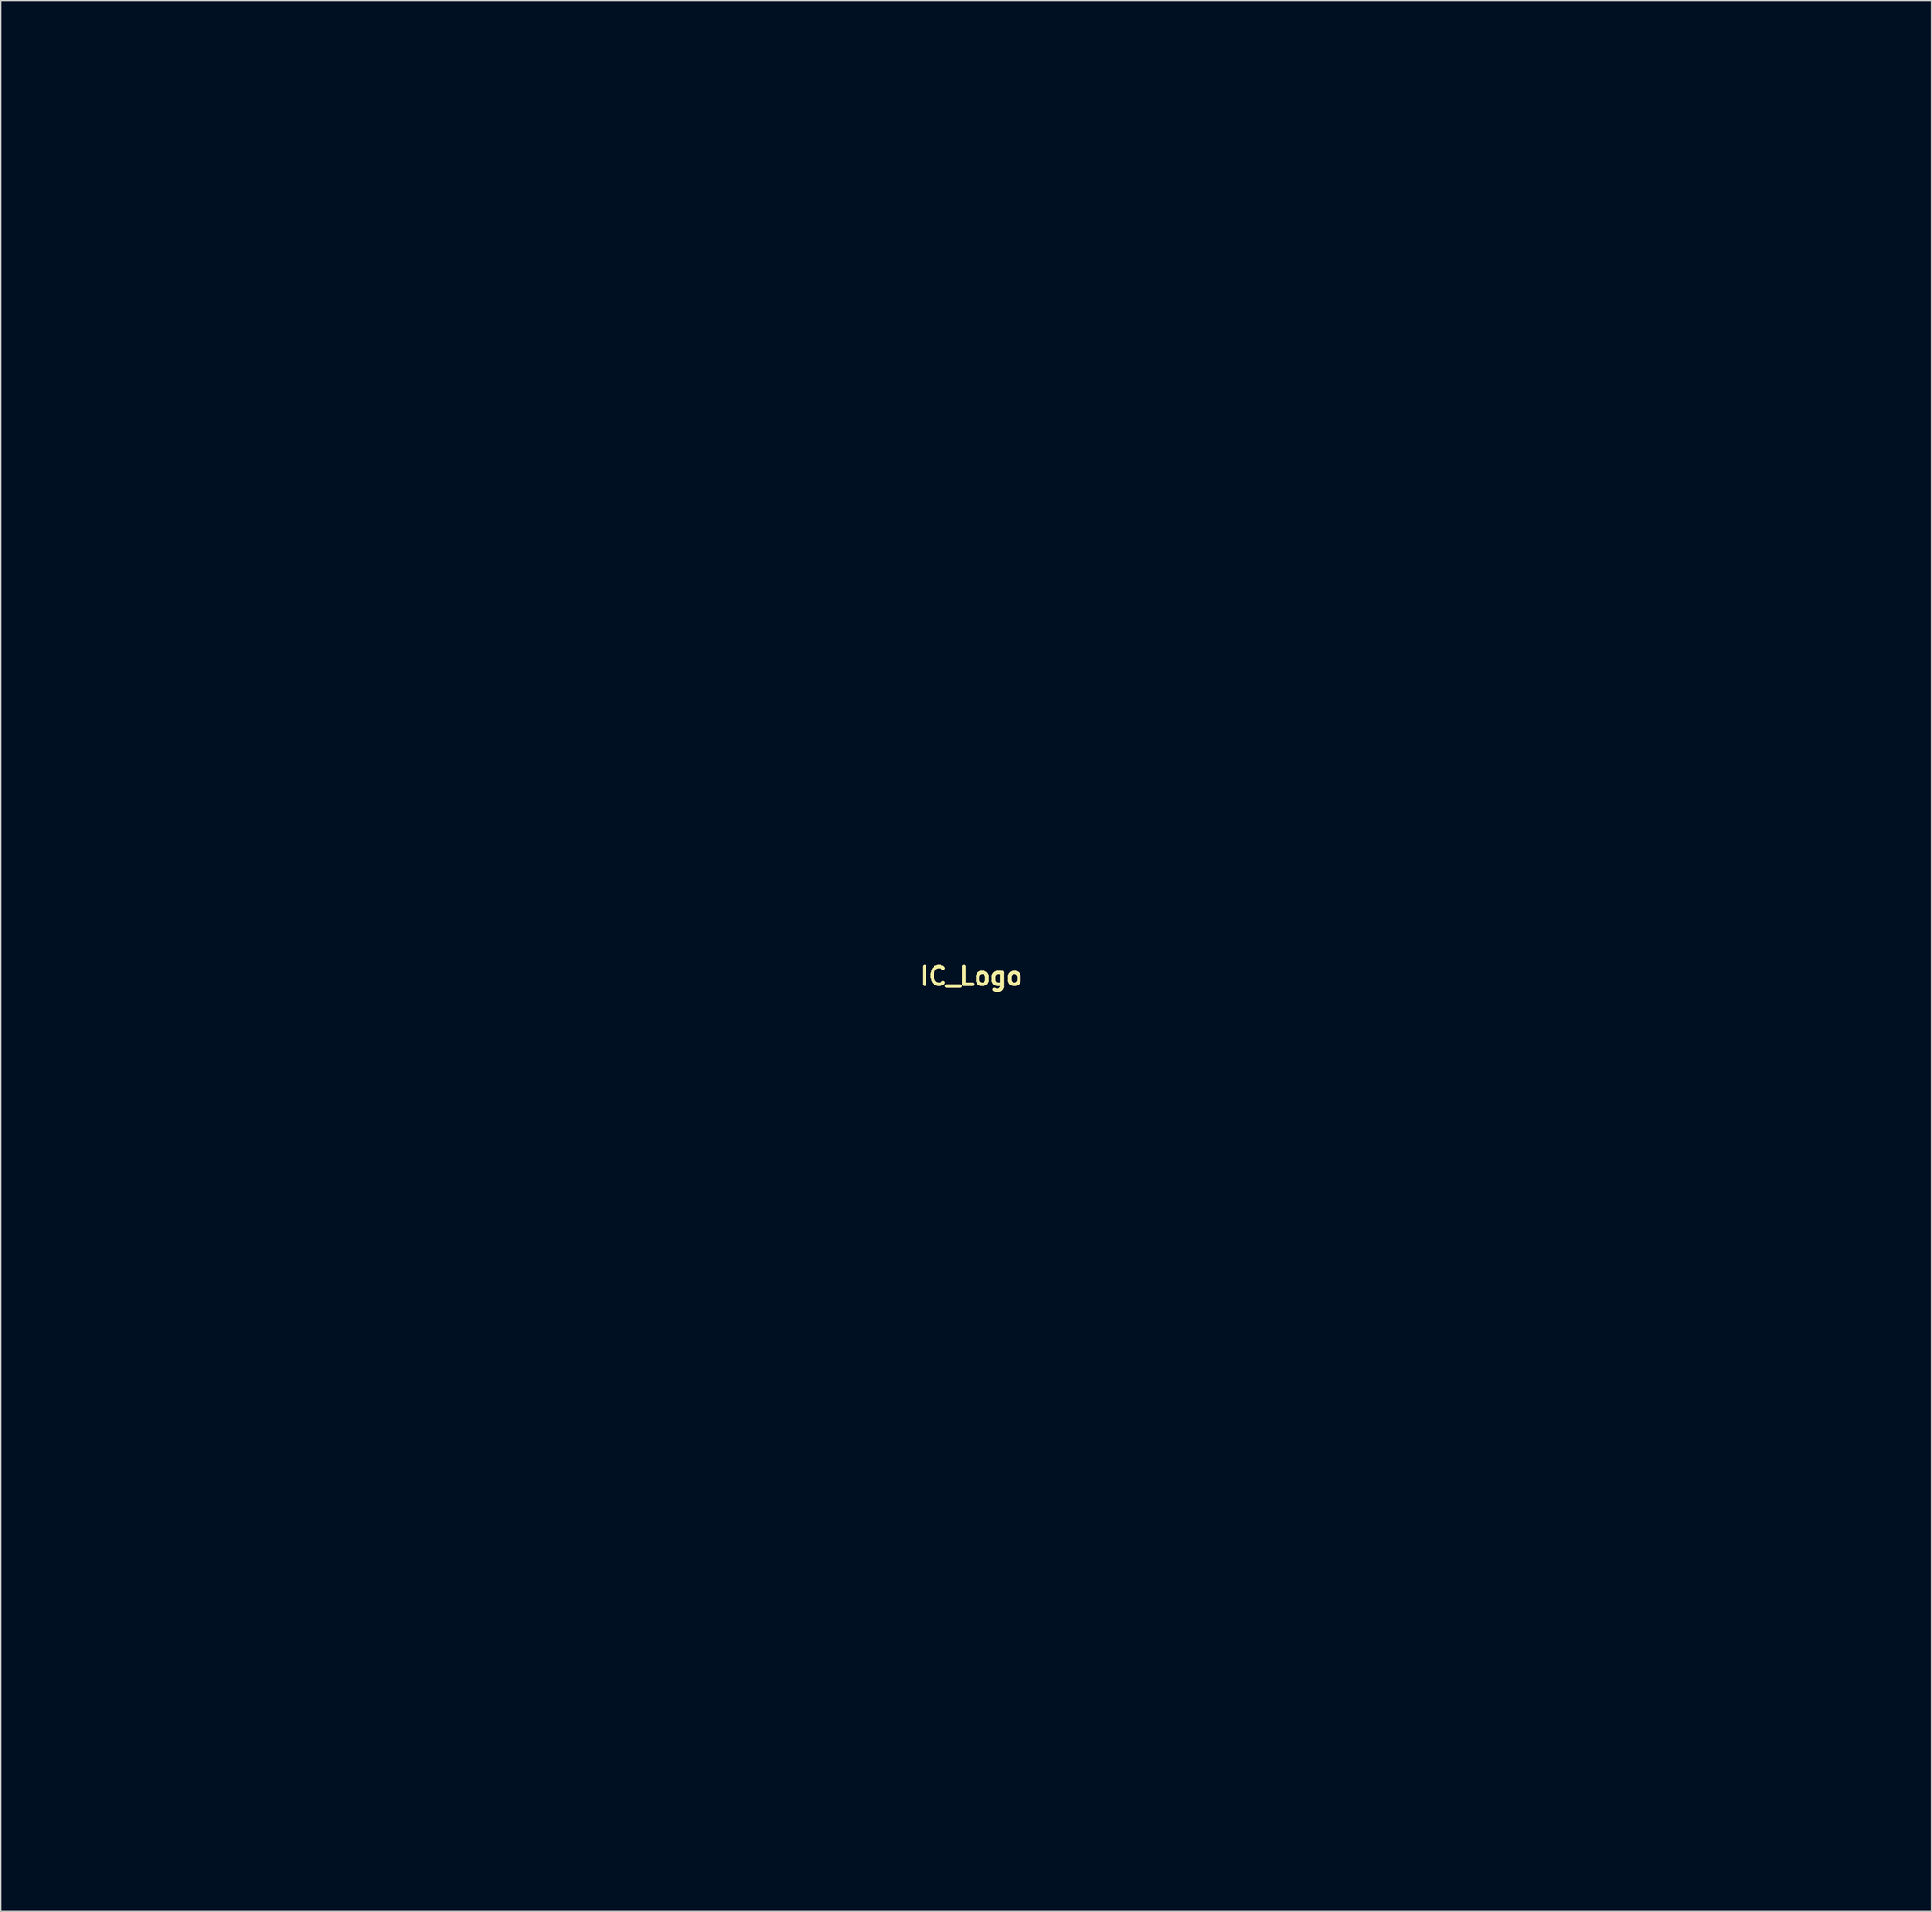
<source format=kicad_pcb>
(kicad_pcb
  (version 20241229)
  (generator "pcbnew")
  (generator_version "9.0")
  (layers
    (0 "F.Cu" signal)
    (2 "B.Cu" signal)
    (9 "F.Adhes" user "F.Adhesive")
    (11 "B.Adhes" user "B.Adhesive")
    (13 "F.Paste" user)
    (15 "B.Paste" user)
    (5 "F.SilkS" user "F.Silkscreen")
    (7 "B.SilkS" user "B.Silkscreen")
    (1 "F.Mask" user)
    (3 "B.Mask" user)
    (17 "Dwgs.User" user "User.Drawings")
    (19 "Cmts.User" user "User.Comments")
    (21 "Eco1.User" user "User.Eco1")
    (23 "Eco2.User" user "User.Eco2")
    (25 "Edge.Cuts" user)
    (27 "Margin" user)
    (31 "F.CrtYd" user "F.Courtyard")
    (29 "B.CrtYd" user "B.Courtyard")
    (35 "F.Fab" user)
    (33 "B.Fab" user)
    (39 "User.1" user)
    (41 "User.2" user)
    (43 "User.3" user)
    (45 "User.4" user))
  (footprint "IC_Logo"
    (layer "F.Cu")
    (at 80.657 81.116)
    (property "Reference" "IC_Logo" (at 0 0 0) (layer "F.SilkS") (effects (font (size 1.524 1.524) (thickness 0.3))))
    (attr through_hole)
    (fp_poly (pts (xy -45.889 59.368) (xy -46.465 59.944) (xy -48.785 59.944) (xy -49.073 59.656) (xy -49.361 59.368) (xy -49.361 57.404) (xy -48.662 57.398) (xy -48.283 57.387) (xy -47.804 57.36) (xy -47.294 57.322) (xy -46.926 57.288) (xy -45.889 57.184) (xy -45.889 59.368)) (stroke (width 0.01) (type solid)) (fill no) (layer "Eco2.User"))
    (fp_poly (pts (xy -25.011 56.761) (xy -24.723 57.048) (xy -24.723 59.368) (xy -25.011 59.656) (xy -25.298 59.944) (xy -27.618 59.944) (xy -27.906 59.656) (xy -28.194 59.368) (xy -28.194 57.048) (xy -27.906 56.761) (xy -27.618 56.473) (xy -25.298 56.473) (xy -25.011 56.761)) (stroke (width 0.01) (type solid)) (fill no) (layer "Eco2.User"))
    (fp_poly (pts (xy 57.308 59.605) (xy 57.657 59.633) (xy 58.02 59.671) (xy 58.357 59.716) (xy 58.63 59.765) (xy 58.653 59.77) (xy 58.899 59.833) (xy 59.06 59.886) (xy 59.097 59.909) (xy 59.018 59.923) (xy 58.805 59.934) (xy 58.491 59.941) (xy 58.187 59.942) (xy 57.693 59.931) (xy 57.337 59.899) (xy 57.089 59.841) (xy 57.002 59.804) (xy 56.821 59.702) (xy 56.729 59.625) (xy 56.727 59.616) (xy 56.804 59.594) (xy 57.011 59.591) (xy 57.308 59.605)) (stroke (width 0.01) (type solid)) (fill no) (layer "Eco2.User"))
    (fp_poly (pts (xy -22.802 59.959) (xy -21.66 59.986) (xy -21.167 60.539) (xy -21.167 62.905) (xy -21.414 63.181) (xy -21.66 63.458) (xy -22.832 63.479) (xy -23.34 63.484) (xy -23.709 63.476) (xy -23.967 63.452) (xy -24.143 63.411) (xy -24.235 63.371) (xy -24.425 63.237) (xy -24.56 63.06) (xy -24.649 62.814) (xy -24.699 62.468) (xy -24.721 61.996) (xy -24.723 61.722) (xy -24.712 61.14) (xy -24.665 60.698) (xy -24.563 60.379) (xy -24.384 60.163) (xy -24.11 60.032) (xy -23.72 59.968) (xy -23.194 59.953) (xy -22.802 59.959)) (stroke (width 0.01) (type solid)) (fill no) (layer "Eco2.User"))
    (fp_poly (pts (xy -1.636 59.959) (xy -0.494 59.986) (xy 0 60.539) (xy 0 62.905) (xy -0.247 63.181) (xy -0.494 63.458) (xy -1.665 63.479) (xy -2.173 63.484) (xy -2.542 63.476) (xy -2.8 63.452) (xy -2.977 63.411) (xy -3.068 63.371) (xy -3.258 63.237) (xy -3.393 63.06) (xy -3.482 62.814) (xy -3.533 62.468) (xy -3.554 61.996) (xy -3.556 61.722) (xy -3.545 61.14) (xy -3.498 60.698) (xy -3.396 60.379) (xy -3.218 60.163) (xy -2.944 60.032) (xy -2.554 59.968) (xy -2.028 59.953) (xy -1.636 59.959)) (stroke (width 0.01) (type solid)) (fill no) (layer "Eco2.User"))
    (fp_poly (pts (xy -60.029 58.904) (xy -60.047 59.204) (xy -60.119 59.417) (xy -60.273 59.623) (xy -60.276 59.625) (xy -60.522 59.902) (xy -61.651 59.923) (xy -62.151 59.928) (xy -62.511 59.919) (xy -62.763 59.894) (xy -62.936 59.85) (xy -63.013 59.814) (xy -63.175 59.706) (xy -63.246 59.623) (xy -63.246 59.621) (xy -63.204 59.522) (xy -63.095 59.324) (xy -62.946 59.078) (xy -62.823 58.887) (xy -62.709 58.745) (xy -62.577 58.645) (xy -62.4 58.578) (xy -62.152 58.535) (xy -61.804 58.51) (xy -61.33 58.493) (xy -60.981 58.484) (xy -60.029 58.46) (xy -60.029 58.904)) (stroke (width 0.01) (type solid)) (fill no) (layer "Eco2.User"))
    (fp_poly (pts (xy 49.805 58.612) (xy 50.247 58.668) (xy 50.788 58.739) (xy 51.359 58.816) (xy 51.891 58.891) (xy 52.261 58.944) (xy 52.565 58.995) (xy 52.738 59.046) (xy 52.815 59.114) (xy 52.832 59.216) (xy 52.759 59.444) (xy 52.573 59.671) (xy 52.32 59.843) (xy 52.268 59.865) (xy 52.087 59.899) (xy 51.784 59.922) (xy 51.404 59.935) (xy 50.994 59.936) (xy 50.599 59.927) (xy 50.264 59.906) (xy 50.036 59.876) (xy 49.986 59.861) (xy 49.707 59.662) (xy 49.518 59.35) (xy 49.445 58.966) (xy 49.445 58.948) (xy 49.445 58.567) (xy 49.805 58.612)) (stroke (width 0.01) (type solid)) (fill no) (layer "Eco2.User"))
    (fp_poly (pts (xy -52.917 58.467) (xy -52.934 58.959) (xy -52.999 59.33) (xy -53.132 59.596) (xy -53.353 59.774) (xy -53.682 59.88) (xy -54.14 59.931) (xy -54.714 59.944) (xy -55.181 59.94) (xy -55.512 59.924) (xy -55.738 59.893) (xy -55.892 59.843) (xy -55.967 59.8) (xy -56.169 59.64) (xy -56.294 59.472) (xy -56.359 59.247) (xy -56.383 58.921) (xy -56.385 58.739) (xy -56.383 58.408) (xy -56.366 58.208) (xy -56.325 58.104) (xy -56.249 58.056) (xy -56.197 58.043) (xy -55.965 58.003) (xy -55.608 57.954) (xy -55.17 57.902) (xy -54.694 57.85) (xy -54.227 57.804) (xy -53.81 57.768) (xy -53.488 57.747) (xy -53.358 57.743) (xy -52.917 57.743) (xy -52.917 58.467)) (stroke (width 0.01) (type solid)) (fill no) (layer "Eco2.User"))
    (fp_poly (pts (xy -7.86 59.987) (xy -7.518 60.075) (xy -7.285 60.237) (xy -7.139 60.492) (xy -7.061 60.858) (xy -7.031 61.353) (xy -7.027 61.722) (xy -7.039 62.313) (xy -7.088 62.757) (xy -7.195 63.075) (xy -7.381 63.287) (xy -7.667 63.414) (xy -8.073 63.477) (xy -8.62 63.495) (xy -8.822 63.495) (xy -9.241 63.487) (xy -9.611 63.47) (xy -9.891 63.445) (xy -10.042 63.417) (xy -10.22 63.3) (xy -10.399 63.119) (xy -10.402 63.115) (xy -10.475 63.008) (xy -10.525 62.886) (xy -10.557 62.715) (xy -10.575 62.463) (xy -10.582 62.1) (xy -10.583 61.712) (xy -10.583 60.539) (xy -10.09 59.986) (xy -8.948 59.959) (xy -8.33 59.954) (xy -7.86 59.987)) (stroke (width 0.01) (type solid)) (fill no) (layer "Eco2.User"))
    (fp_poly (pts (xy -18.875 56.481) (xy -18.429 56.518) (xy -18.108 56.604) (xy -17.891 56.756) (xy -17.755 56.994) (xy -17.678 57.336) (xy -17.638 57.801) (xy -17.627 58.049) (xy -17.616 58.662) (xy -17.65 59.127) (xy -17.748 59.465) (xy -17.93 59.696) (xy -18.214 59.839) (xy -18.62 59.914) (xy -19.167 59.942) (xy -19.451 59.944) (xy -19.905 59.943) (xy -20.224 59.936) (xy -20.441 59.917) (xy -20.588 59.88) (xy -20.701 59.82) (xy -20.811 59.729) (xy -20.848 59.697) (xy -21.124 59.45) (xy -21.124 56.967) (xy -20.848 56.72) (xy -20.73 56.619) (xy -20.621 56.55) (xy -20.485 56.507) (xy -20.29 56.484) (xy -20.001 56.475) (xy -19.584 56.473) (xy -19.468 56.473) (xy -18.875 56.481)) (stroke (width 0.01) (type solid)) (fill no) (layer "Eco2.User"))
    (fp_poly (pts (xy -14.435 60.224) (xy -14.265 60.434) (xy -14.15 60.687) (xy -14.082 61.012) (xy -14.057 61.441) (xy -14.067 62.003) (xy -14.071 62.084) (xy -14.106 62.561) (xy -14.178 62.918) (xy -14.307 63.172) (xy -14.516 63.34) (xy -14.826 63.439) (xy -15.26 63.486) (xy -15.838 63.498) (xy -15.888 63.498) (xy -16.378 63.492) (xy -16.73 63.474) (xy -16.973 63.441) (xy -17.137 63.39) (xy -17.195 63.359) (xy -17.393 63.208) (xy -17.527 63.022) (xy -17.611 62.763) (xy -17.66 62.395) (xy -17.679 62.084) (xy -17.694 61.504) (xy -17.673 61.06) (xy -17.611 60.723) (xy -17.502 60.463) (xy -17.34 60.249) (xy -17.315 60.224) (xy -17.035 59.944) (xy -14.715 59.944) (xy -14.435 60.224)) (stroke (width 0.01) (type solid)) (fill no) (layer "Eco2.User"))
    (fp_poly (pts (xy 6.732 60.224) (xy 6.901 60.434) (xy 7.017 60.687) (xy 7.084 61.012) (xy 7.11 61.441) (xy 7.1 62.003) (xy 7.096 62.084) (xy 7.06 62.561) (xy 6.989 62.918) (xy 6.86 63.172) (xy 6.651 63.34) (xy 6.34 63.439) (xy 5.907 63.486) (xy 5.328 63.498) (xy 5.279 63.498) (xy 4.788 63.492) (xy 4.437 63.474) (xy 4.194 63.441) (xy 4.03 63.39) (xy 3.971 63.359) (xy 3.774 63.208) (xy 3.64 63.022) (xy 3.555 62.763) (xy 3.506 62.395) (xy 3.487 62.084) (xy 3.473 61.504) (xy 3.494 61.06) (xy 3.556 60.723) (xy 3.665 60.463) (xy 3.827 60.249) (xy 3.851 60.224) (xy 4.132 59.944) (xy 6.452 59.944) (xy 6.732 60.224)) (stroke (width 0.01) (type solid)) (fill no) (layer "Eco2.User"))
    (fp_poly (pts (xy 55.239 59.968) (xy 55.679 60.023) (xy 55.996 60.141) (xy 56.209 60.341) (xy 56.342 60.642) (xy 56.417 61.066) (xy 56.453 61.616) (xy 56.463 62.228) (xy 56.423 62.692) (xy 56.314 63.03) (xy 56.118 63.259) (xy 55.816 63.401) (xy 55.389 63.473) (xy 54.818 63.496) (xy 54.64 63.497) (xy 54.127 63.487) (xy 53.759 63.459) (xy 53.512 63.411) (xy 53.405 63.367) (xy 53.213 63.234) (xy 53.077 63.055) (xy 52.988 62.802) (xy 52.938 62.449) (xy 52.918 61.965) (xy 52.917 61.747) (xy 52.931 61.151) (xy 52.985 60.702) (xy 53.1 60.381) (xy 53.295 60.166) (xy 53.591 60.036) (xy 54.006 59.973) (xy 54.562 59.954) (xy 54.652 59.954) (xy 55.239 59.968)) (stroke (width 0.01) (type solid)) (fill no) (layer "Eco2.User"))
    (fp_poly (pts (xy -11.824 56.474) (xy -11.511 56.481) (xy -11.299 56.501) (xy -11.153 56.54) (xy -11.041 56.603) (xy -10.927 56.697) (xy -10.902 56.72) (xy -10.626 56.967) (xy -10.626 59.45) (xy -10.902 59.697) (xy -11.179 59.944) (xy -12.354 59.944) (xy -12.821 59.943) (xy -13.151 59.937) (xy -13.375 59.92) (xy -13.526 59.886) (xy -13.636 59.832) (xy -13.736 59.75) (xy -13.785 59.704) (xy -13.941 59.526) (xy -14.048 59.31) (xy -14.111 59.028) (xy -14.136 58.647) (xy -14.129 58.139) (xy -14.122 57.954) (xy -14.084 57.441) (xy -14.017 57.069) (xy -13.91 56.813) (xy -13.753 56.644) (xy -13.579 56.554) (xy -13.415 56.523) (xy -13.122 56.497) (xy -12.74 56.48) (xy -12.31 56.473) (xy -12.272 56.473) (xy -11.824 56.474)) (stroke (width 0.01) (type solid)) (fill no) (layer "Eco2.User"))
    (fp_poly (pts (xy -4.715 56.481) (xy -4.277 56.52) (xy -3.966 56.611) (xy -3.76 56.775) (xy -3.638 57.034) (xy -3.577 57.408) (xy -3.557 57.919) (xy -3.556 58.2) (xy -3.565 58.785) (xy -3.605 59.222) (xy -3.698 59.533) (xy -3.865 59.74) (xy -4.128 59.862) (xy -4.508 59.922) (xy -5.026 59.941) (xy -5.305 59.942) (xy -5.791 59.936) (xy -6.138 59.919) (xy -6.38 59.887) (xy -6.545 59.837) (xy -6.619 59.799) (xy -6.778 59.678) (xy -6.89 59.523) (xy -6.964 59.305) (xy -7.006 58.996) (xy -7.025 58.566) (xy -7.027 58.208) (xy -7.019 57.625) (xy -6.979 57.189) (xy -6.887 56.879) (xy -6.721 56.674) (xy -6.46 56.553) (xy -6.083 56.493) (xy -5.567 56.474) (xy -5.3 56.473) (xy -4.715 56.481)) (stroke (width 0.01) (type solid)) (fill no) (layer "Eco2.User"))
    (fp_poly (pts (xy 2.122 56.479) (xy 2.509 56.496) (xy 2.811 56.52) (xy 2.988 56.551) (xy 2.996 56.554) (xy 3.196 56.662) (xy 3.34 56.83) (xy 3.439 57.084) (xy 3.501 57.45) (xy 3.537 57.954) (xy 3.54 58.038) (xy 3.551 58.653) (xy 3.517 59.12) (xy 3.42 59.46) (xy 3.241 59.692) (xy 2.96 59.836) (xy 2.559 59.913) (xy 2.018 59.941) (xy 1.716 59.944) (xy 1.261 59.943) (xy 0.943 59.936) (xy 0.726 59.917) (xy 0.578 59.88) (xy 0.466 59.82) (xy 0.355 59.729) (xy 0.319 59.697) (xy 0.042 59.45) (xy 0.042 56.967) (xy 0.319 56.72) (xy 0.437 56.619) (xy 0.547 56.55) (xy 0.683 56.507) (xy 0.88 56.484) (xy 1.17 56.475) (xy 1.59 56.473) (xy 1.689 56.473) (xy 2.122 56.479)) (stroke (width 0.01) (type solid)) (fill no) (layer "Eco2.User"))
    (fp_poly (pts (xy -50.581 59.958) (xy -50.127 60.012) (xy -49.801 60.128) (xy -49.581 60.323) (xy -49.448 60.619) (xy -49.382 61.035) (xy -49.361 61.59) (xy -49.361 61.716) (xy -49.373 62.309) (xy -49.426 62.754) (xy -49.538 63.073) (xy -49.731 63.287) (xy -50.025 63.415) (xy -50.441 63.479) (xy -51.001 63.499) (xy -51.156 63.5) (xy -51.615 63.496) (xy -51.942 63.481) (xy -52.171 63.451) (xy -52.338 63.401) (xy -52.467 63.335) (xy -52.673 63.179) (xy -52.818 63.018) (xy -52.827 63.002) (xy -52.862 62.854) (xy -52.89 62.575) (xy -52.909 62.203) (xy -52.917 61.776) (xy -52.917 61.766) (xy -52.905 61.165) (xy -52.858 60.712) (xy -52.756 60.387) (xy -52.578 60.168) (xy -52.306 60.035) (xy -51.92 59.968) (xy -51.399 59.945) (xy -51.182 59.944) (xy -50.581 59.958)) (stroke (width 0.01) (type solid)) (fill no) (layer "Eco2.User"))
    (fp_poly (pts (xy -32.565 56.528) (xy -32.223 56.611) (xy -31.991 56.773) (xy -31.849 57.034) (xy -31.778 57.411) (xy -31.758 57.924) (xy -31.765 58.351) (xy -31.792 59.45) (xy -32.069 59.697) (xy -32.185 59.797) (xy -32.294 59.866) (xy -32.428 59.908) (xy -32.621 59.932) (xy -32.907 59.942) (xy -33.319 59.944) (xy -33.466 59.944) (xy -33.942 59.94) (xy -34.283 59.927) (xy -34.523 59.901) (xy -34.694 59.858) (xy -34.832 59.793) (xy -34.853 59.781) (xy -35.041 59.632) (xy -35.172 59.434) (xy -35.251 59.162) (xy -35.285 58.789) (xy -35.279 58.289) (xy -35.263 57.992) (xy -35.23 57.498) (xy -35.182 57.137) (xy -35.095 56.885) (xy -34.945 56.722) (xy -34.707 56.624) (xy -34.357 56.57) (xy -33.872 56.537) (xy -33.656 56.526) (xy -33.037 56.506) (xy -32.565 56.528)) (stroke (width 0.01) (type solid)) (fill no) (layer "Eco2.User"))
    (fp_poly (pts (xy -29.386 59.956) (xy -28.944 60.008) (xy -28.626 60.118) (xy -28.412 60.308) (xy -28.282 60.598) (xy -28.217 61.009) (xy -28.195 61.562) (xy -28.194 61.766) (xy -28.206 62.343) (xy -28.257 62.776) (xy -28.368 63.086) (xy -28.558 63.294) (xy -28.849 63.417) (xy -29.261 63.478) (xy -29.815 63.495) (xy -29.989 63.495) (xy -30.408 63.487) (xy -30.778 63.47) (xy -31.058 63.445) (xy -31.209 63.417) (xy -31.386 63.3) (xy -31.566 63.119) (xy -31.569 63.115) (xy -31.642 63.007) (xy -31.693 62.884) (xy -31.725 62.711) (xy -31.742 62.457) (xy -31.749 62.09) (xy -31.75 61.729) (xy -31.74 61.136) (xy -31.697 60.691) (xy -31.6 60.372) (xy -31.427 60.16) (xy -31.158 60.032) (xy -30.772 59.967) (xy -30.248 59.945) (xy -29.972 59.944) (xy -29.386 59.956)) (stroke (width 0.01) (type solid)) (fill no) (layer "Eco2.User"))
    (fp_poly (pts (xy 9.335 56.474) (xy 9.65 56.481) (xy 9.864 56.501) (xy 10.01 56.538) (xy 10.123 56.601) (xy 10.235 56.694) (xy 10.264 56.72) (xy 10.541 56.967) (xy 10.541 59.45) (xy 10.264 59.697) (xy 10.148 59.797) (xy 10.039 59.865) (xy 9.905 59.908) (xy 9.712 59.932) (xy 9.427 59.942) (xy 9.015 59.944) (xy 8.867 59.944) (xy 8.391 59.94) (xy 8.05 59.927) (xy 7.811 59.901) (xy 7.639 59.858) (xy 7.502 59.793) (xy 7.481 59.781) (xy 7.289 59.625) (xy 7.155 59.411) (xy 7.073 59.114) (xy 7.037 58.708) (xy 7.04 58.166) (xy 7.044 58.049) (xy 7.074 57.524) (xy 7.132 57.13) (xy 7.239 56.849) (xy 7.418 56.661) (xy 7.691 56.549) (xy 8.079 56.493) (xy 8.605 56.474) (xy 8.884 56.473) (xy 9.335 56.474)) (stroke (width 0.01) (type solid)) (fill no) (layer "Eco2.User"))
    (fp_poly (pts (xy -43.525 59.958) (xy -43.1 60.006) (xy -42.794 60.094) (xy -42.585 60.23) (xy -42.448 60.424) (xy -42.416 60.5) (xy -42.384 60.666) (xy -42.358 60.961) (xy -42.34 61.343) (xy -42.333 61.772) (xy -42.333 61.793) (xy -42.339 62.304) (xy -42.364 62.675) (xy -42.417 62.938) (xy -42.508 63.122) (xy -42.647 63.257) (xy -42.842 63.373) (xy -43.056 63.435) (xy -43.392 63.477) (xy -43.805 63.5) (xy -44.249 63.503) (xy -44.681 63.487) (xy -45.055 63.452) (xy -45.325 63.398) (xy -45.401 63.367) (xy -45.594 63.232) (xy -45.731 63.051) (xy -45.82 62.796) (xy -45.869 62.438) (xy -45.888 61.949) (xy -45.889 61.76) (xy -45.877 61.16) (xy -45.825 60.708) (xy -45.714 60.383) (xy -45.524 60.165) (xy -45.234 60.033) (xy -44.824 59.966) (xy -44.273 59.945) (xy -44.094 59.944) (xy -43.525 59.958)) (stroke (width 0.01) (type solid)) (fill no) (layer "Eco2.User"))
    (fp_poly (pts (xy -39.374 56.831) (xy -39.183 56.844) (xy -39.066 56.871) (xy -39 56.912) (xy -38.983 56.932) (xy -38.928 57.09) (xy -38.88 57.375) (xy -38.844 57.743) (xy -38.82 58.152) (xy -38.811 58.56) (xy -38.82 58.923) (xy -38.847 59.199) (xy -38.862 59.267) (xy -38.953 59.516) (xy -39.088 59.697) (xy -39.293 59.82) (xy -39.592 59.895) (xy -40.009 59.931) (xy -40.555 59.938) (xy -40.979 59.93) (xy -41.354 59.913) (xy -41.642 59.887) (xy -41.802 59.858) (xy -41.804 59.857) (xy -42.018 59.724) (xy -42.171 59.51) (xy -42.27 59.193) (xy -42.321 58.751) (xy -42.333 58.277) (xy -42.335 57.82) (xy -42.327 57.479) (xy -42.287 57.236) (xy -42.195 57.073) (xy -42.027 56.973) (xy -41.763 56.918) (xy -41.381 56.889) (xy -40.861 56.869) (xy -40.629 56.86) (xy -40.073 56.84) (xy -39.663 56.83) (xy -39.374 56.831)) (stroke (width 0.01) (type solid)) (fill no) (layer "Eco2.User"))
    (fp_poly (pts (xy 60.876 60.056) (xy 61.192 60.112) (xy 61.323 60.142) (xy 61.689 60.215) (xy 62.05 60.266) (xy 62.315 60.284) (xy 62.784 60.319) (xy 63.142 60.421) (xy 63.367 60.584) (xy 63.419 60.674) (xy 63.453 60.845) (xy 63.479 61.139) (xy 63.496 61.512) (xy 63.5 61.816) (xy 63.485 62.377) (xy 63.428 62.799) (xy 63.308 63.101) (xy 63.104 63.303) (xy 62.796 63.423) (xy 62.363 63.481) (xy 61.786 63.495) (xy 61.704 63.495) (xy 61.303 63.486) (xy 60.952 63.468) (xy 60.693 63.443) (xy 60.579 63.419) (xy 60.407 63.31) (xy 60.214 63.137) (xy 60.198 63.12) (xy 60.113 63.022) (xy 60.055 62.92) (xy 60.02 62.785) (xy 60.002 62.582) (xy 59.999 62.281) (xy 60.004 61.849) (xy 60.006 61.744) (xy 60.021 61.205) (xy 60.053 60.807) (xy 60.109 60.524) (xy 60.197 60.329) (xy 60.326 60.194) (xy 60.502 60.095) (xy 60.662 60.051) (xy 60.876 60.056)) (stroke (width 0.01) (type solid)) (fill no) (layer "Eco2.User"))
    (fp_poly (pts (xy -57.635 59.959) (xy -57.221 60.007) (xy -56.922 60.097) (xy -56.713 60.237) (xy -56.567 60.433) (xy -56.567 60.433) (xy -56.534 60.575) (xy -56.503 60.849) (xy -56.479 61.217) (xy -56.463 61.642) (xy -56.462 61.709) (xy -56.456 62.173) (xy -56.46 62.5) (xy -56.478 62.724) (xy -56.514 62.878) (xy -56.57 62.995) (xy -56.614 63.057) (xy -56.798 63.254) (xy -56.989 63.393) (xy -57.158 63.435) (xy -57.452 63.466) (xy -57.829 63.486) (xy -58.244 63.494) (xy -58.656 63.49) (xy -59.019 63.474) (xy -59.292 63.444) (xy -59.403 63.417) (xy -59.58 63.3) (xy -59.76 63.119) (xy -59.763 63.115) (xy -59.836 63.007) (xy -59.887 62.884) (xy -59.919 62.711) (xy -59.936 62.457) (xy -59.943 62.09) (xy -59.944 61.729) (xy -59.934 61.136) (xy -59.891 60.691) (xy -59.793 60.372) (xy -59.621 60.159) (xy -59.353 60.031) (xy -58.97 59.967) (xy -58.449 59.946) (xy -58.191 59.944) (xy -57.635 59.959)) (stroke (width 0.01) (type solid)) (fill no) (layer "Eco2.User"))
    (fp_poly (pts (xy -36.533 59.954) (xy -36.161 59.981) (xy -35.893 60.038) (xy -35.696 60.133) (xy -35.537 60.275) (xy -35.443 60.392) (xy -35.36 60.532) (xy -35.303 60.711) (xy -35.266 60.966) (xy -35.242 61.338) (xy -35.234 61.525) (xy -35.229 62.097) (xy -35.264 62.532) (xy -35.347 62.86) (xy -35.486 63.109) (xy -35.653 63.282) (xy -35.765 63.37) (xy -35.878 63.431) (xy -36.025 63.469) (xy -36.239 63.49) (xy -36.554 63.498) (xy -37.001 63.5) (xy -37.042 63.5) (xy -37.501 63.498) (xy -37.825 63.49) (xy -38.045 63.471) (xy -38.196 63.434) (xy -38.31 63.376) (xy -38.421 63.29) (xy -38.427 63.286) (xy -38.618 63.085) (xy -38.749 62.843) (xy -38.825 62.527) (xy -38.853 62.108) (xy -38.842 61.555) (xy -38.841 61.529) (xy -38.802 60.993) (xy -38.728 60.593) (xy -38.598 60.309) (xy -38.388 60.121) (xy -38.078 60.012) (xy -37.644 59.96) (xy -37.064 59.947) (xy -37.042 59.946) (xy -36.533 59.954)) (stroke (width 0.01) (type solid)) (fill no) (layer "Eco2.User"))
    (fp_poly (pts (xy 27.862 67.303) (xy 28.048 67.522) (xy 28.104 67.67) (xy 28.026 67.735) (xy 28.003 67.737) (xy 27.888 67.749) (xy 27.635 67.78) (xy 27.273 67.826) (xy 26.833 67.883) (xy 26.458 67.933) (xy 25.019 68.125) (xy 27.543 68.186) (xy 28.335 68.201) (xy 29.211 68.209) (xy 30.116 68.212) (xy 30.998 68.209) (xy 31.801 68.2) (xy 32.285 68.19) (xy 32.928 68.176) (xy 33.557 68.169) (xy 34.139 68.167) (xy 34.642 68.171) (xy 35.033 68.182) (xy 35.227 68.193) (xy 35.952 68.254) (xy 36.793 69.322) (xy 37.08 69.688) (xy 37.328 70.009) (xy 37.52 70.26) (xy 37.636 70.418) (xy 37.663 70.459) (xy 37.584 70.469) (xy 37.349 70.479) (xy 36.969 70.488) (xy 36.457 70.497) (xy 35.824 70.505) (xy 35.084 70.512) (xy 34.248 70.517) (xy 33.328 70.522) (xy 32.338 70.525) (xy 31.289 70.527) (xy 30.575 70.527) (xy 23.458 70.527) (xy 24.098 69.511) (xy 24.356 69.097) (xy 24.534 68.79) (xy 24.649 68.557) (xy 24.715 68.365) (xy 24.747 68.18) (xy 24.757 68.017) (xy 24.781 67.723) (xy 24.843 67.531) (xy 24.969 67.371) (xy 25.047 67.298) (xy 25.16 67.201) (xy 25.267 67.134) (xy 25.401 67.092) (xy 25.593 67.069) (xy 25.878 67.058) (xy 26.288 67.056) (xy 26.466 67.056) (xy 27.614 67.056) (xy 27.862 67.303)) (stroke (width 0.01) (type solid)) (fill no) (layer "Eco2.User"))
    (fp_poly (pts (xy 26.741 32.989) (xy 27.159 33.734) (xy 27.697 34.505) (xy 28.322 35.262) (xy 28.998 35.964) (xy 29.69 36.57) (xy 29.951 36.767) (xy 30.689 37.264) (xy 31.421 37.68) (xy 32.196 38.039) (xy 33.064 38.365) (xy 33.57 38.53) (xy 34.332 38.768) (xy -0.381 38.769) (xy -35.094 38.77) (xy -34.163 38.529) (xy -32.778 38.102) (xy -31.517 37.567) (xy -30.37 36.92) (xy -29.326 36.154) (xy -28.916 35.794) (xy -17.913 35.794) (xy -17.829 35.807) (xy -17.72 35.792) (xy -17.718 35.763) (xy -17.832 35.743) (xy -17.881 35.756) (xy -17.913 35.794) (xy -28.916 35.794) (xy -28.883 35.765) (xy -28.31 35.235) (xy -23.744 35.48) (xy -19.177 35.726) (xy 2.413 34.31) (xy 4.306 34.185) (xy 6.151 34.063) (xy 7.943 33.944) (xy 9.673 33.829) (xy 11.335 33.718) (xy 12.923 33.611) (xy 14.428 33.509) (xy 15.845 33.413) (xy 17.166 33.323) (xy 18.385 33.239) (xy 19.494 33.161) (xy 20.487 33.092) (xy 21.356 33.03) (xy 22.095 32.976) (xy 22.697 32.931) (xy 23.155 32.895) (xy 23.462 32.869) (xy 23.611 32.854) (xy 23.622 32.849) (xy 23.513 32.828) (xy 23.54 32.813) (xy 24.74 32.813) (xy 24.842 32.827) (xy 24.934 32.829) (xy 25.109 32.822) (xy 25.154 32.803) (xy 25.126 32.792) (xy 24.922 32.777) (xy 24.787 32.791) (xy 24.74 32.813) (xy 23.54 32.813) (xy 23.554 32.806) (xy 23.752 32.781) (xy 24.111 32.754) (xy 24.299 32.742) (xy 24.776 32.713) (xy 25.256 32.68) (xy 25.681 32.65) (xy 25.95 32.628) (xy 26.543 32.577) (xy 26.741 32.989)) (stroke (width 0.01) (type solid)) (fill no) (layer "Eco2.User"))
    (fp_poly (pts (xy -40.366 39.692) (xy -40.412 39.863) (xy -40.441 39.939) (xy -40.524 40.272) (xy -40.54 40.669) (xy -40.494 41.061) (xy -40.391 41.377) (xy -40.358 41.434) (xy -40.213 41.656) (xy 40.213 41.656) (xy 40.357 41.436) (xy 40.44 41.236) (xy 40.511 40.935) (xy 40.549 40.653) (xy 40.598 40.09) (xy 40.9 40.484) (xy 41.117 40.798) (xy 41.325 41.15) (xy 41.405 41.307) (xy 41.6 41.63) (xy 41.805 41.815) (xy 41.833 41.829) (xy 42.196 42.063) (xy 42.503 42.418) (xy 42.725 42.85) (xy 42.833 43.311) (xy 42.839 43.452) (xy 42.805 43.734) (xy 42.719 44.046) (xy 42.603 44.33) (xy 42.478 44.527) (xy 42.43 44.57) (xy 42.39 44.679) (xy 42.373 44.947) (xy 42.378 45.377) (xy 42.391 45.709) (xy 42.443 46.792) (xy 18.872 46.849) (xy 16.603 46.854) (xy 14.23 46.859) (xy 11.772 46.864) (xy 9.244 46.869) (xy 6.662 46.874) (xy 4.043 46.878) (xy 1.404 46.882) (xy -1.24 46.886) (xy -3.872 46.889) (xy -6.475 46.893) (xy -9.033 46.896) (xy -11.529 46.898) (xy -13.948 46.9) (xy -16.273 46.902) (xy -18.487 46.904) (xy -20.573 46.905) (xy -22.517 46.905) (xy -23.568 46.905) (xy -42.437 46.905) (xy -42.406 45.783) (xy -42.396 45.318) (xy -42.397 44.985) (xy -42.414 44.744) (xy -42.45 44.56) (xy -42.511 44.393) (xy -42.576 44.255) (xy -42.738 43.76) (xy -42.761 43.254) (xy -42.652 42.772) (xy -42.42 42.349) (xy -42.072 42.022) (xy -42.069 42.02) (xy -41.873 41.87) (xy -41.756 41.74) (xy -41.741 41.698) (xy -41.695 41.51) (xy -41.572 41.237) (xy -41.393 40.91) (xy -41.179 40.564) (xy -40.953 40.229) (xy -40.734 39.94) (xy -40.545 39.729) (xy -40.406 39.628) (xy -40.383 39.624) (xy -40.366 39.692)) (stroke (width 0.01) (type solid)) (fill no) (layer "Eco2.User"))
    (fp_poly (pts (xy 52.629 63.788) (xy 52.917 64.076) (xy 52.917 65.251) (xy 52.913 65.755) (xy 52.898 66.118) (xy 52.871 66.367) (xy 52.829 66.53) (xy 52.785 66.614) (xy 52.653 66.802) (xy 56.753 66.802) (xy 56.592 66.624) (xy 56.513 66.506) (xy 56.46 66.334) (xy 56.426 66.073) (xy 56.404 65.686) (xy 56.401 65.599) (xy 56.39 65.014) (xy 56.409 64.569) (xy 56.46 64.236) (xy 56.551 63.988) (xy 56.685 63.797) (xy 56.743 63.739) (xy 56.851 63.643) (xy 56.954 63.577) (xy 57.086 63.535) (xy 57.279 63.512) (xy 57.565 63.502) (xy 57.978 63.5) (xy 58.137 63.5) (xy 58.742 63.508) (xy 59.198 63.546) (xy 59.527 63.634) (xy 59.749 63.792) (xy 59.885 64.042) (xy 59.956 64.403) (xy 59.983 64.897) (xy 59.986 65.324) (xy 59.984 65.79) (xy 59.973 66.119) (xy 59.951 66.341) (xy 59.913 66.486) (xy 59.855 66.588) (xy 59.825 66.624) (xy 59.664 66.802) (xy 67.187 66.802) (xy 67.5 67.458) (xy 67.894 68.29) (xy 68.211 68.977) (xy 68.453 69.524) (xy 68.622 69.935) (xy 68.72 70.216) (xy 68.749 70.37) (xy 68.739 70.4) (xy 68.639 70.416) (xy 68.372 70.43) (xy 67.941 70.444) (xy 67.347 70.456) (xy 66.593 70.467) (xy 65.681 70.477) (xy 64.614 70.486) (xy 63.394 70.494) (xy 62.023 70.501) (xy 60.503 70.506) (xy 59.896 70.508) (xy 58.439 70.512) (xy 57.143 70.514) (xy 56 70.515) (xy 55.001 70.514) (xy 54.138 70.513) (xy 53.402 70.509) (xy 52.785 70.504) (xy 52.279 70.498) (xy 51.875 70.489) (xy 51.565 70.479) (xy 51.341 70.467) (xy 51.194 70.452) (xy 51.116 70.436) (xy 51.097 70.423) (xy 51.067 70.311) (xy 51.005 70.06) (xy 50.917 69.7) (xy 50.81 69.256) (xy 50.692 68.756) (xy 50.68 68.707) (xy 50.524 68.051) (xy 50.345 67.303) (xy 50.161 66.536) (xy 49.988 65.823) (xy 49.907 65.492) (xy 49.514 63.886) (xy 49.739 63.693) (xy 49.838 63.616) (xy 49.949 63.563) (xy 50.103 63.529) (xy 50.33 63.51) (xy 50.663 63.502) (xy 51.132 63.5) (xy 51.152 63.5) (xy 52.341 63.5) (xy 52.629 63.788)) (stroke (width 0.01) (type solid)) (fill no) (layer "Eco2.User"))
    (fp_poly (pts (xy 25.323 -81.111) (xy 28.341 -81.11) (xy 31.216 -81.11) (xy 33.954 -81.11) (xy 36.557 -81.109) (xy 39.029 -81.109) (xy 41.374 -81.108) (xy 43.594 -81.107) (xy 45.693 -81.106) (xy 47.676 -81.104) (xy 49.544 -81.102) (xy 51.303 -81.1) (xy 52.954 -81.097) (xy 54.502 -81.094) (xy 55.951 -81.091) (xy 57.303 -81.088) (xy 58.562 -81.083) (xy 59.732 -81.079) (xy 60.816 -81.074) (xy 61.817 -81.068) (xy 62.74 -81.062) (xy 63.587 -81.056) (xy 64.362 -81.049) (xy 65.068 -81.041) (xy 65.71 -81.032) (xy 66.289 -81.023) (xy 66.811 -81.014) (xy 67.278 -81.004) (xy 67.694 -80.992) (xy 68.062 -80.981) (xy 68.386 -80.968) (xy 68.669 -80.955) (xy 68.915 -80.941) (xy 69.127 -80.926) (xy 69.308 -80.91) (xy 69.463 -80.894) (xy 69.595 -80.876) (xy 69.706 -80.858) (xy 69.802 -80.838) (xy 69.884 -80.818) (xy 69.957 -80.797) (xy 70.023 -80.775) (xy 70.088 -80.751) (xy 70.153 -80.727) (xy 70.223 -80.702) (xy 70.3 -80.675) (xy 70.389 -80.647) (xy 70.4 -80.644) (xy 71.124 -80.397) (xy 71.887 -80.075) (xy 72.619 -79.707) (xy 73.247 -79.331) (xy 73.677 -79.005) (xy 74.158 -78.578) (xy 74.652 -78.088) (xy 75.124 -77.574) (xy 75.535 -77.074) (xy 75.85 -76.628) (xy 75.886 -76.569) (xy 76.469 -75.46) (xy 76.931 -74.283) (xy 77.283 -73.009) (xy 77.443 -72.206) (xy 77.454 -72.136) (xy 77.464 -72.056) (xy 77.474 -71.96) (xy 77.484 -71.846) (xy 77.493 -71.708) (xy 77.501 -71.542) (xy 77.509 -71.344) (xy 77.517 -71.11) (xy 77.524 -70.835) (xy 77.531 -70.515) (xy 77.537 -70.145) (xy 77.543 -69.722) (xy 77.549 -69.24) (xy 77.554 -68.696) (xy 77.559 -68.086) (xy 77.564 -67.404) (xy 77.568 -66.647) (xy 77.572 -65.811) (xy 77.576 -64.89) (xy 77.58 -63.881) (xy 77.583 -62.78) (xy 77.586 -61.581) (xy 77.589 -60.282) (xy 77.592 -58.876) (xy 77.594 -57.361) (xy 77.597 -55.732) (xy 77.599 -53.984) (xy 77.601 -52.113) (xy 77.603 -50.116) (xy 77.605 -47.986) (xy 77.607 -45.721) (xy 77.609 -43.316) (xy 77.611 -40.766) (xy 77.613 -38.068) (xy 77.615 -35.216) (xy 77.616 -32.207) (xy 77.618 -29.037) (xy 77.62 -26.501) (xy 77.622 -22.662) (xy 77.624 -18.992) (xy 77.625 -15.49) (xy 77.626 -12.157) (xy 77.626 -8.992) (xy 77.626 -5.995) (xy 77.626 -3.165) (xy 77.625 -0.502) (xy 77.623 1.994) (xy 77.622 4.324) (xy 77.619 6.488) (xy 77.617 8.486) (xy 77.614 10.318) (xy 77.61 11.986) (xy 77.606 13.488) (xy 77.602 14.827) (xy 77.597 16.001) (xy 77.592 17.011) (xy 77.586 17.858) (xy 77.58 18.542) (xy 77.574 19.063) (xy 77.567 19.422) (xy 77.559 19.618) (xy 77.559 19.62) (xy 77.493 20.436) (xy 77.411 21.113) (xy 77.308 21.68) (xy 77.178 22.168) (xy 77.013 22.607) (xy 76.896 22.857) (xy 76.623 23.321) (xy 76.3 23.692) (xy 75.902 23.988) (xy 75.404 24.224) (xy 74.779 24.418) (xy 74.282 24.53) (xy 74.237 24.539) (xy 74.193 24.548) (xy 74.147 24.557) (xy 74.096 24.565) (xy 74.036 24.573) (xy 73.965 24.58) (xy 73.878 24.588) (xy 73.774 24.595) (xy 73.649 24.601) (xy 73.499 24.607) (xy 73.321 24.613) (xy 73.113 24.619) (xy 72.871 24.625) (xy 72.592 24.63) (xy 72.273 24.634) (xy 71.91 24.639) (xy 71.5 24.643) (xy 71.041 24.647) (xy 70.529 24.651) (xy 69.96 24.654) (xy 69.333 24.657) (xy 68.642 24.66) (xy 67.886 24.663) (xy 67.061 24.665) (xy 66.165 24.667) (xy 65.192 24.669) (xy 64.142 24.671) (xy 63.01 24.672) (xy 61.793 24.673) (xy 60.488 24.674) (xy 59.093 24.675) (xy 57.602 24.675) (xy 56.015 24.676) (xy 54.327 24.676) (xy 52.535 24.675) (xy 50.635 24.675) (xy 48.626 24.675) (xy 46.504 24.674) (xy 44.265 24.673) (xy 41.906 24.672) (xy 39.424 24.67) (xy 36.816 24.669) (xy 34.079 24.667) (xy 31.21 24.665) (xy 28.205 24.663) (xy 25.061 24.661) (xy 21.776 24.659) (xy 18.345 24.656) (xy 14.766 24.653) (xy 11.035 24.651) (xy 7.15 24.648) (xy 3.107 24.644) (xy -1.097 24.641) (xy -5.466 24.638) (xy -8.255 24.636) (xy -12.509 24.632) (xy -16.597 24.629) (xy -20.52 24.626) (xy -24.281 24.622) (xy -27.882 24.619) (xy -31.325 24.615) (xy -34.614 24.612) (xy -37.751 24.608) (xy -40.737 24.605) (xy -43.576 24.601) (xy -46.269 24.597) (xy -48.819 24.594) (xy -51.229 24.59) (xy -53.501 24.586) (xy -55.637 24.582) (xy -57.64 24.578) (xy -59.512 24.574) (xy -61.256 24.57) (xy -62.874 24.565) (xy -64.367 24.561) (xy -65.74 24.556) (xy -66.994 24.552) (xy -68.131 24.547) (xy -69.155 24.542) (xy -70.067 24.537) (xy -70.869 24.532) (xy -71.565 24.526) (xy -72.156 24.521) (xy -72.645 24.515) (xy -73.035 24.509) (xy -73.328 24.503) (xy -73.525 24.497) (xy -73.631 24.491) (xy -73.646 24.489) (xy -74.551 24.254) (xy -75.307 23.963) (xy -75.929 23.604) (xy -76.432 23.164) (xy -76.83 22.632) (xy -77.138 21.993) (xy -77.335 21.378) (xy -77.358 21.288) (xy -77.381 21.199) (xy -77.402 21.106) (xy -77.423 21.006) (xy -77.442 20.893) (xy -77.46 20.764) (xy -77.477 20.615) (xy -77.493 20.441) (xy -77.508 20.237) (xy -77.522 20.001) (xy -77.535 19.726) (xy -77.547 19.41) (xy -77.559 19.047) (xy -77.569 18.633) (xy -77.579 18.165) (xy -77.587 17.638) (xy -77.595 17.047) (xy -77.603 16.389) (xy -77.609 15.658) (xy -77.615 14.851) (xy -77.62 13.964) (xy -77.624 12.992) (xy -77.628 11.93) (xy -77.631 10.776) (xy -77.633 9.523) (xy -77.635 8.169) (xy -77.636 6.708) (xy -77.637 5.137) (xy -77.638 3.451) (xy -77.637 1.646) (xy -77.637 -0.283) (xy -77.636 -2.339) (xy -77.634 -4.527) (xy -77.633 -6.852) (xy -77.63 -9.317) (xy -77.628 -11.926) (xy -77.625 -14.685) (xy -77.622 -17.598) (xy -77.619 -20.668) (xy -77.615 -23.9) (xy -77.612 -26.331) (xy -77.609 -29.664) (xy -77.605 -32.832) (xy -77.602 -35.839) (xy -77.599 -38.69) (xy -77.596 -41.389) (xy -77.594 -43.939) (xy -77.591 -46.346) (xy -77.588 -48.614) (xy -77.585 -50.747) (xy -77.582 -52.749) (xy -77.579 -54.625) (xy -77.575 -56.379) (xy -77.572 -58.014) (xy -77.568 -59.536) (xy -77.563 -60.949) (xy -77.558 -62.257) (xy -77.553 -63.465) (xy -77.547 -64.576) (xy -77.541 -65.595) (xy -77.534 -66.526) (xy -77.527 -67.373) (xy -77.518 -68.142) (xy -77.509 -68.835) (xy -77.499 -69.458) (xy -77.489 -70.015) (xy -77.477 -70.509) (xy -77.474 -70.612) (xy -67.056 -70.612) (xy -67.056 14.139) (xy 67.056 14.139) (xy 67.056 -70.612) (xy -67.056 -70.612) (xy -77.474 -70.612) (xy -77.465 -70.946) (xy -77.451 -71.329) (xy -77.437 -71.663) (xy -77.421 -71.953) (xy -77.404 -72.202) (xy -77.386 -72.414) (xy -77.367 -72.594) (xy -77.347 -72.747) (xy -77.325 -72.876) (xy -77.302 -72.987) (xy -77.277 -73.082) (xy -77.251 -73.167) (xy -77.224 -73.246) (xy -77.195 -73.322) (xy -77.164 -73.401) (xy -77.132 -73.487) (xy -77.098 -73.583) (xy -77.086 -73.618) (xy -76.609 -74.846) (xy -76.006 -75.978) (xy -75.264 -77.035) (xy -74.369 -78.039) (xy -74.34 -78.069) (xy -73.34 -78.968) (xy -72.286 -79.707) (xy -71.174 -80.291) (xy -69.997 -80.721) (xy -68.881 -80.981) (xy -68.824 -80.988) (xy -68.743 -80.996) (xy -68.634 -81.003) (xy -68.493 -81.01) (xy -68.319 -81.017) (xy -68.106 -81.023) (xy -67.852 -81.029) (xy -67.553 -81.035) (xy -67.206 -81.04) (xy -66.808 -81.045) (xy -66.355 -81.05) (xy -65.843 -81.055) (xy -65.269 -81.06) (xy -64.63 -81.064) (xy -63.923 -81.068) (xy -63.143 -81.072) (xy -62.289 -81.075) (xy -61.355 -81.078) (xy -60.339 -81.082) (xy -59.238 -81.084) (xy -58.047 -81.087) (xy -56.764 -81.09) (xy -55.385 -81.092) (xy -53.907 -81.094) (xy -52.326 -81.096) (xy -50.64 -81.098) (xy -48.843 -81.1) (xy -46.934 -81.101) (xy -44.909 -81.103) (xy -42.764 -81.104) (xy -40.495 -81.105) (xy -38.101 -81.106) (xy -35.576 -81.107) (xy -32.918 -81.107) (xy -30.123 -81.108) (xy -27.188 -81.109) (xy -24.11 -81.109) (xy -20.885 -81.109) (xy -17.509 -81.11) (xy -13.98 -81.11) (xy -10.293 -81.11) (xy -6.446 -81.11) (xy -2.435 -81.11) (xy -0.052 -81.11) (xy 4.053 -81.11) (xy 7.992 -81.11) (xy 11.769 -81.11) (xy 15.388 -81.11) (xy 18.85 -81.111) (xy 22.161 -81.111) (xy 25.323 -81.111)) (stroke (width 0.01) (type solid)) (fill no) (layer "Eco2.User"))
    (fp_poly (pts (xy 9.258 63.423) (xy 9.632 63.45) (xy 9.905 63.504) (xy 10.112 63.593) (xy 10.285 63.725) (xy 10.334 63.772) (xy 10.583 64.021) (xy 10.583 65.223) (xy 10.579 65.733) (xy 10.566 66.101) (xy 10.54 66.354) (xy 10.499 66.521) (xy 10.452 66.614) (xy 10.374 66.74) (xy 10.405 66.792) (xy 10.572 66.802) (xy 10.61 66.802) (xy 10.813 66.821) (xy 10.91 66.912) (xy 10.954 67.067) (xy 10.971 67.234) (xy 10.985 67.539) (xy 10.997 67.948) (xy 11.004 68.431) (xy 11.007 68.929) (xy 11.007 70.527) (xy -28.935 70.517) (xy -31.529 70.517) (xy -34.081 70.516) (xy -36.586 70.514) (xy -39.038 70.513) (xy -41.433 70.511) (xy -43.764 70.51) (xy -46.028 70.508) (xy -48.218 70.506) (xy -50.329 70.504) (xy -52.356 70.501) (xy -54.294 70.499) (xy -56.137 70.496) (xy -57.88 70.493) (xy -59.519 70.491) (xy -61.047 70.488) (xy -62.46 70.485) (xy -63.751 70.482) (xy -64.917 70.478) (xy -65.951 70.475) (xy -66.849 70.472) (xy -67.604 70.468) (xy -68.213 70.465) (xy -68.669 70.462) (xy -68.968 70.458) (xy -69.103 70.455) (xy -69.111 70.454) (xy -69.345 70.4) (xy -67.296 66.802) (xy -63.236 66.802) (xy -63.368 66.614) (xy -63.424 66.497) (xy -63.463 66.315) (xy -63.486 66.041) (xy -63.498 65.646) (xy -63.5 65.251) (xy -63.5 64.076) (xy -62.924 63.5) (xy -60.539 63.5) (xy -60.263 63.747) (xy -59.986 63.994) (xy -59.959 65.136) (xy -59.951 65.632) (xy -59.957 65.991) (xy -59.979 66.245) (xy -60.019 66.426) (xy -60.067 66.54) (xy -60.202 66.802) (xy -56.214 66.802) (xy -56.343 66.552) (xy -56.405 66.377) (xy -56.445 66.114) (xy -56.466 65.736) (xy -56.471 65.261) (xy -56.464 64.748) (xy -56.438 64.372) (xy -56.383 64.101) (xy -56.292 63.902) (xy -56.155 63.743) (xy -56.022 63.635) (xy -55.902 63.559) (xy -55.762 63.508) (xy -55.566 63.478) (xy -55.279 63.463) (xy -54.867 63.458) (xy -54.752 63.458) (xy -54.15 63.467) (xy -53.696 63.509) (xy -53.369 63.605) (xy -53.149 63.774) (xy -53.014 64.039) (xy -52.945 64.419) (xy -52.919 64.935) (xy -52.917 65.297) (xy -52.921 65.793) (xy -52.937 66.147) (xy -52.966 66.389) (xy -53.011 66.547) (xy -53.048 66.614) (xy -53.18 66.802) (xy -51.186 66.802) (xy -50.625 66.801) (xy -50.125 66.797) (xy -49.71 66.791) (xy -49.402 66.784) (xy -49.225 66.775) (xy -49.191 66.769) (xy -49.226 66.68) (xy -49.311 66.506) (xy -49.318 66.494) (xy -49.381 66.277) (xy -49.424 65.939) (xy -49.446 65.525) (xy -49.448 65.083) (xy -49.428 64.66) (xy -49.388 64.302) (xy -49.326 64.056) (xy -49.325 64.054) (xy -49.212 63.832) (xy -49.069 63.672) (xy -48.867 63.564) (xy -48.581 63.499) (xy -48.181 63.466) (xy -47.64 63.458) (xy -47.625 63.458) (xy -47.081 63.466) (xy -46.678 63.498) (xy -46.389 63.562) (xy -46.185 63.669) (xy -46.041 63.828) (xy -45.927 64.048) (xy -45.925 64.054) (xy -45.863 64.299) (xy -45.822 64.656) (xy -45.803 65.079) (xy -45.804 65.521) (xy -45.826 65.935) (xy -45.868 66.274) (xy -45.931 66.493) (xy -45.932 66.494) (xy -46.019 66.67) (xy -46.059 66.767) (xy -46.059 66.769) (xy -45.978 66.779) (xy -45.751 66.787) (xy -45.402 66.794) (xy -44.953 66.799) (xy -44.429 66.801) (xy -44.064 66.802) (xy -42.07 66.802) (xy -42.202 66.614) (xy -42.259 66.493) (xy -42.298 66.305) (xy -42.321 66.021) (xy -42.332 65.613) (xy -42.333 65.305) (xy -42.324 64.706) (xy -42.286 64.254) (xy -42.201 63.927) (xy -42.051 63.704) (xy -41.819 63.564) (xy -41.486 63.484) (xy -41.037 63.443) (xy -40.81 63.432) (xy -40.207 63.426) (xy -39.743 63.466) (xy -39.393 63.557) (xy -39.131 63.705) (xy -39.026 63.802) (xy -38.942 63.902) (xy -38.883 64.012) (xy -38.844 64.166) (xy -38.82 64.395) (xy -38.804 64.733) (xy -38.792 65.149) (xy -38.784 65.643) (xy -38.79 66) (xy -38.813 66.252) (xy -38.854 66.432) (xy -38.9 66.54) (xy -39.036 66.802) (xy -35.048 66.802) (xy -35.183 66.54) (xy -35.241 66.394) (xy -35.278 66.199) (xy -35.296 65.925) (xy -35.298 65.538) (xy -35.291 65.149) (xy -35.278 64.689) (xy -35.261 64.365) (xy -35.235 64.145) (xy -35.195 63.998) (xy -35.134 63.89) (xy -35.058 63.802) (xy -34.832 63.625) (xy -34.529 63.506) (xy -34.125 63.441) (xy -33.593 63.423) (xy -33.275 63.43) (xy -32.772 63.459) (xy -32.392 63.519) (xy -32.12 63.632) (xy -31.938 63.818) (xy -31.827 64.099) (xy -31.771 64.498) (xy -31.751 65.034) (xy -31.75 65.305) (xy -31.755 65.799) (xy -31.77 66.152) (xy -31.8 66.393) (xy -31.846 66.55) (xy -31.882 66.614) (xy -32.014 66.802) (xy -30.019 66.802) (xy -29.458 66.801) (xy -28.958 66.797) (xy -28.543 66.791) (xy -28.235 66.784) (xy -28.058 66.775) (xy -28.025 66.769) (xy -28.06 66.68) (xy -28.145 66.506) (xy -28.151 66.494) (xy -28.214 66.277) (xy -28.257 65.939) (xy -28.279 65.525) (xy -28.281 65.083) (xy -28.262 64.66) (xy -28.221 64.302) (xy -28.159 64.056) (xy -28.159 64.054) (xy -28.046 63.832) (xy -27.902 63.672) (xy -27.701 63.564) (xy -27.414 63.499) (xy -27.014 63.466) (xy -26.473 63.458) (xy -26.458 63.458) (xy -25.914 63.466) (xy -25.511 63.497) (xy -25.222 63.562) (xy -25.019 63.669) (xy -24.874 63.827) (xy -24.76 64.048) (xy -24.758 64.054) (xy -24.696 64.299) (xy -24.655 64.656) (xy -24.636 65.079) (xy -24.637 65.521) (xy -24.659 65.935) (xy -24.702 66.274) (xy -24.765 66.493) (xy -24.766 66.494) (xy -24.853 66.67) (xy -24.892 66.767) (xy -24.892 66.769) (xy -24.811 66.779) (xy -24.584 66.787) (xy -24.235 66.794) (xy -23.786 66.799) (xy -23.262 66.801) (xy -22.898 66.802) (xy -20.903 66.802) (xy -21.035 66.614) (xy -21.09 66.499) (xy -21.128 66.32) (xy -21.152 66.05) (xy -21.164 65.662) (xy -21.167 65.223) (xy -21.167 64.021) (xy -20.918 63.772) (xy -20.747 63.626) (xy -20.554 63.526) (xy -20.303 63.462) (xy -19.962 63.428) (xy -19.496 63.416) (xy -19.333 63.415) (xy -18.798 63.434) (xy -18.396 63.498) (xy -18.097 63.615) (xy -17.868 63.796) (xy -17.794 63.882) (xy -17.718 63.993) (xy -17.666 64.121) (xy -17.634 64.297) (xy -17.618 64.558) (xy -17.611 64.934) (xy -17.611 65.209) (xy -17.617 65.726) (xy -17.638 66.102) (xy -17.676 66.363) (xy -17.733 66.539) (xy -17.74 66.552) (xy -17.869 66.802) (xy -13.881 66.802) (xy -14.01 66.552) (xy -14.07 66.383) (xy -14.109 66.131) (xy -14.132 65.767) (xy -14.139 65.264) (xy -14.139 65.209) (xy -14.137 64.752) (xy -14.127 64.431) (xy -14.104 64.211) (xy -14.064 64.06) (xy -14.002 63.944) (xy -13.956 63.882) (xy -13.745 63.675) (xy -13.476 63.535) (xy -13.116 63.452) (xy -12.635 63.418) (xy -12.417 63.415) (xy -11.908 63.423) (xy -11.535 63.45) (xy -11.261 63.504) (xy -11.055 63.593) (xy -10.881 63.725) (xy -10.832 63.772) (xy -10.583 64.021) (xy -10.583 65.223) (xy -10.587 65.733) (xy -10.601 66.101) (xy -10.627 66.354) (xy -10.668 66.521) (xy -10.715 66.614) (xy -10.847 66.802) (xy -8.852 66.802) (xy -8.292 66.801) (xy -7.792 66.797) (xy -7.376 66.791) (xy -7.068 66.784) (xy -6.892 66.775) (xy -6.858 66.769) (xy -6.893 66.68) (xy -6.978 66.506) (xy -6.984 66.494) (xy -7.048 66.277) (xy -7.091 65.939) (xy -7.113 65.525) (xy -7.114 65.083) (xy -7.095 64.66) (xy -7.054 64.302) (xy -6.993 64.056) (xy -6.992 64.054) (xy -6.879 63.832) (xy -6.735 63.672) (xy -6.534 63.564) (xy -6.247 63.499) (xy -5.847 63.466) (xy -5.307 63.458) (xy -5.292 63.458) (xy -4.747 63.466) (xy -4.344 63.497) (xy -4.055 63.562) (xy -3.852 63.669) (xy -3.707 63.827) (xy -3.594 64.048) (xy -3.591 64.054) (xy -3.529 64.299) (xy -3.489 64.656) (xy -3.469 65.079) (xy -3.47 65.521) (xy -3.492 65.935) (xy -3.535 66.274) (xy -3.598 66.493) (xy -3.599 66.494) (xy -3.686 66.67) (xy -3.725 66.767) (xy -3.725 66.769) (xy -3.645 66.779) (xy -3.418 66.787) (xy -3.068 66.794) (xy -2.62 66.799) (xy -2.095 66.801) (xy -1.731 66.802) (xy 0.264 66.802) (xy 0.132 66.614) (xy 0.076 66.497) (xy 0.037 66.315) (xy 0.014 66.041) (xy 0.002 65.646) (xy 0 65.251) (xy 0.008 64.687) (xy 0.04 64.266) (xy 0.104 63.965) (xy 0.21 63.757) (xy 0.368 63.619) (xy 0.586 63.525) (xy 0.66 63.503) (xy 0.946 63.453) (xy 1.331 63.424) (xy 1.764 63.417) (xy 2.195 63.429) (xy 2.574 63.461) (xy 2.851 63.512) (xy 2.91 63.532) (xy 3.153 63.653) (xy 3.328 63.799) (xy 3.444 63.999) (xy 3.514 64.283) (xy 3.547 64.677) (xy 3.556 65.209) (xy 3.55 65.726) (xy 3.529 66.102) (xy 3.491 66.363) (xy 3.433 66.539) (xy 3.427 66.552) (xy 3.298 66.802) (xy 7.286 66.802) (xy 7.157 66.552) (xy 7.097 66.383) (xy 7.057 66.131) (xy 7.035 65.767) (xy 7.027 65.264) (xy 7.027 65.209) (xy 7.03 64.752) (xy 7.04 64.431) (xy 7.063 64.211) (xy 7.103 64.06) (xy 7.165 63.944) (xy 7.211 63.882) (xy 7.422 63.675) (xy 7.691 63.535) (xy 8.05 63.452) (xy 8.532 63.418) (xy 8.75 63.415) (xy 9.258 63.423)) (stroke (width 0.01) (type solid)) (fill no) (layer "Eco2.User"))
    (fp_poly (pts (xy 17.894 60.664) (xy 18.045 61.22) (xy 18.327 61.68) (xy 18.725 62.029) (xy 19.126 62.218) (xy 19.253 62.233) (xy 19.536 62.246) (xy 19.963 62.258) (xy 20.521 62.269) (xy 21.198 62.279) (xy 21.979 62.288) (xy 22.853 62.296) (xy 23.807 62.302) (xy 24.828 62.308) (xy 25.903 62.312) (xy 27.019 62.316) (xy 28.165 62.318) (xy 29.325 62.319) (xy 30.489 62.319) (xy 31.643 62.318) (xy 32.775 62.316) (xy 33.871 62.313) (xy 34.919 62.308) (xy 35.906 62.303) (xy 36.819 62.296) (xy 37.646 62.288) (xy 38.374 62.279) (xy 38.989 62.269) (xy 39.479 62.257) (xy 39.832 62.245) (xy 40.034 62.231) (xy 40.071 62.225) (xy 40.49 62.027) (xy 40.854 61.704) (xy 41.131 61.296) (xy 41.29 60.847) (xy 41.315 60.6) (xy 41.317 60.283) (xy 45.035 60.283) (xy 45.11 60.558) (xy 45.156 60.738) (xy 45.229 61.046) (xy 45.322 61.443) (xy 45.425 61.891) (xy 45.463 62.061) (xy 45.625 62.77) (xy 45.804 63.552) (xy 45.998 64.388) (xy 46.202 65.263) (xy 46.412 66.162) (xy 46.625 67.067) (xy 46.837 67.964) (xy 47.044 68.835) (xy 47.242 69.665) (xy 47.428 70.438) (xy 47.597 71.137) (xy 47.745 71.747) (xy 47.87 72.252) (xy 47.967 72.635) (xy 48.032 72.88) (xy 48.056 72.961) (xy 48.259 73.313) (xy 48.572 73.642) (xy 48.941 73.896) (xy 49.204 74.002) (xy 49.345 74.017) (xy 49.655 74.029) (xy 50.13 74.04) (xy 50.768 74.05) (xy 51.568 74.057) (xy 52.529 74.063) (xy 53.647 74.067) (xy 54.921 74.069) (xy 56.349 74.069) (xy 57.93 74.067) (xy 59.326 74.064) (xy 69.13 74.041) (xy 69.826 73.822) (xy 70.601 73.501) (xy 71.278 73.066) (xy 71.84 72.53) (xy 72.269 71.908) (xy 72.313 71.823) (xy 72.469 71.487) (xy 72.557 71.215) (xy 72.593 70.926) (xy 72.599 70.612) (xy 72.597 69.977) (xy 70.42 65.284) (xy 70.034 64.45) (xy 69.671 63.662) (xy 69.336 62.935) (xy 69.036 62.28) (xy 68.778 61.711) (xy 68.566 61.242) (xy 68.407 60.885) (xy 68.307 60.655) (xy 68.272 60.563) (xy 68.272 60.563) (xy 68.361 60.571) (xy 68.566 60.622) (xy 68.845 60.702) (xy 68.853 60.705) (xy 69.533 60.989) (xy 70.229 61.416) (xy 70.917 61.967) (xy 71.571 62.621) (xy 72.168 63.356) (xy 72.365 63.638) (xy 72.492 63.825) (xy 72.707 64.136) (xy 72.997 64.555) (xy 73.353 65.067) (xy 73.763 65.656) (xy 74.218 66.307) (xy 74.706 67.005) (xy 75.216 67.734) (xy 75.738 68.48) (xy 76.262 69.227) (xy 76.775 69.96) (xy 77.269 70.663) (xy 77.732 71.322) (xy 78.154 71.921) (xy 78.523 72.444) (xy 78.829 72.877) (xy 78.995 73.11) (xy 79.336 73.622) (xy 79.567 74.054) (xy 79.701 74.44) (xy 79.753 74.814) (xy 79.755 74.911) (xy 79.731 75.193) (xy 79.64 75.427) (xy 79.465 75.675) (xy 79.257 75.918) (xy 79.05 76.13) (xy 78.96 76.208) (xy 78.544 76.468) (xy 77.975 76.716) (xy 77.27 76.948) (xy 76.446 77.158) (xy 75.521 77.343) (xy 74.888 77.443) (xy 74.823 77.452) (xy 74.747 77.46) (xy 74.655 77.468) (xy 74.545 77.475) (xy 74.413 77.483) (xy 74.256 77.49) (xy 74.071 77.496) (xy 73.854 77.502) (xy 73.601 77.509) (xy 73.31 77.514) (xy 72.977 77.52) (xy 72.599 77.525) (xy 72.172 77.53) (xy 71.693 77.535) (xy 71.159 77.539) (xy 70.567 77.544) (xy 69.912 77.548) (xy 69.192 77.551) (xy 68.404 77.555) (xy 67.543 77.559) (xy 66.608 77.562) (xy 65.593 77.565) (xy 64.497 77.568) (xy 63.315 77.57) (xy 62.044 77.573) (xy 60.682 77.575) (xy 59.224 77.577) (xy 57.667 77.579) (xy 56.009 77.581) (xy 54.245 77.583) (xy 52.372 77.585) (xy 50.387 77.586) (xy 48.287 77.588) (xy 46.068 77.589) (xy 43.726 77.59) (xy 41.26 77.591) (xy 38.664 77.592) (xy 35.936 77.593) (xy 33.073 77.594) (xy 30.071 77.595) (xy 26.927 77.595) (xy 23.637 77.596) (xy 20.199 77.597) (xy 16.608 77.597) (xy 12.862 77.598) (xy 8.956 77.599) (xy 4.889 77.599) (xy 0.656 77.6) (xy 0.127 77.6) (xy -3.405 77.6) (xy -6.896 77.6) (xy -10.344 77.601) (xy -13.743 77.601) (xy -17.089 77.601) (xy -20.38 77.601) (xy -23.611 77.601) (xy -26.778 77.601) (xy -29.878 77.601) (xy -32.906 77.601) (xy -35.859 77.601) (xy -38.733 77.6) (xy -41.523 77.6) (xy -44.227 77.6) (xy -46.84 77.599) (xy -49.358 77.599) (xy -51.777 77.598) (xy -54.094 77.597) (xy -56.305 77.597) (xy -58.405 77.596) (xy -60.392 77.595) (xy -62.26 77.595) (xy -64.007 77.594) (xy -65.628 77.593) (xy -67.119 77.592) (xy -68.477 77.591) (xy -69.697 77.59) (xy -70.777 77.589) (xy -71.711 77.588) (xy -72.497 77.587) (xy -73.129 77.585) (xy -73.605 77.584) (xy -73.92 77.583) (xy -74.071 77.582) (xy -74.083 77.581) (xy -75.123 77.495) (xy -76.143 77.365) (xy -77.106 77.196) (xy -77.981 76.996) (xy -78.73 76.769) (xy -78.914 76.702) (xy -79.31 76.536) (xy -79.606 76.372) (xy -79.869 76.165) (xy -80.113 75.925) (xy -80.421 75.572) (xy -80.605 75.279) (xy -80.649 75.148) (xy -80.652 74.775) (xy -80.548 74.327) (xy -80.354 73.845) (xy -80.085 73.373) (xy -79.925 73.152) (xy -79.82 73.011) (xy -79.629 72.745) (xy -79.362 72.371) (xy -79.03 71.901) (xy -78.642 71.353) (xy -78.21 70.739) (xy -77.743 70.076) (xy -77.252 69.377) (xy -76.748 68.659) (xy -76.241 67.934) (xy -75.741 67.22) (xy -75.258 66.529) (xy -74.804 65.878) (xy -74.388 65.281) (xy -74.022 64.753) (xy -73.714 64.308) (xy -73.476 63.962) (xy -73.318 63.729) (xy -73.279 63.669) (xy -72.958 63.229) (xy -72.55 62.752) (xy -72.091 62.273) (xy -71.618 61.829) (xy -71.167 61.454) (xy -70.781 61.191) (xy -70.408 60.998) (xy -69.969 60.807) (xy -69.579 60.664) (xy -69.253 60.573) (xy -68.892 60.492) (xy -68.532 60.427) (xy -68.211 60.382) (xy -67.965 60.364) (xy -67.832 60.379) (xy -67.818 60.396) (xy -67.858 60.477) (xy -67.975 60.692) (xy -68.161 61.03) (xy -68.409 61.478) (xy -68.713 62.022) (xy -69.064 62.651) (xy -69.457 63.352) (xy -69.884 64.112) (xy -70.338 64.919) (xy -70.441 65.102) (xy -71.047 66.182) (xy -71.581 67.141) (xy -72.041 67.977) (xy -72.425 68.686) (xy -72.73 69.263) (xy -72.956 69.705) (xy -73.099 70.009) (xy -73.157 70.163) (xy -73.201 70.731) (xy -73.095 71.32) (xy -72.849 71.903) (xy -72.476 72.453) (xy -71.987 72.943) (xy -71.98 72.949) (xy -71.521 73.298) (xy -71.082 73.557) (xy -70.591 73.764) (xy -70.225 73.885) (xy -70.182 73.897) (xy -70.129 73.908) (xy -70.061 73.919) (xy -69.975 73.929) (xy -69.866 73.938) (xy -69.728 73.947) (xy -69.558 73.956) (xy -69.351 73.963) (xy -69.104 73.971) (xy -68.81 73.978) (xy -68.466 73.984) (xy -68.067 73.991) (xy -67.609 73.996) (xy -67.088 74.002) (xy -66.498 74.007) (xy -65.836 74.011) (xy -65.097 74.016) (xy -64.276 74.02) (xy -63.369 74.024) (xy -62.372 74.027) (xy -61.28 74.03) (xy -60.088 74.034) (xy -58.792 74.036) (xy -57.388 74.039) (xy -55.872 74.042) (xy -54.238 74.044) (xy -52.482 74.046) (xy -50.599 74.048) (xy -48.587 74.051) (xy -46.438 74.053) (xy -44.151 74.055) (xy -41.719 74.056) (xy -39.138 74.058) (xy -36.405 74.06) (xy -33.513 74.062) (xy -30.46 74.064) (xy -28.448 74.066) (xy -25.088 74.068) (xy -21.894 74.069) (xy -18.862 74.071) (xy -15.991 74.072) (xy -13.276 74.073) (xy -10.715 74.073) (xy -8.304 74.073) (xy -6.039 74.073) (xy -3.919 74.072) (xy -1.939 74.071) (xy -0.097 74.07) (xy 1.611 74.068) (xy 3.188 74.066) (xy 4.637 74.064) (xy 5.961 74.061) (xy 7.164 74.058) (xy 8.248 74.054) (xy 9.217 74.05) (xy 10.074 74.046) (xy 10.823 74.041) (xy 11.466 74.035) (xy 12.006 74.03) (xy 12.447 74.023) (xy 12.793 74.017) (xy 13.045 74.01) (xy 13.208 74.002) (xy 13.282 73.995) (xy 13.723 73.823) (xy 14.116 73.529) (xy 14.416 73.151) (xy 14.565 72.804) (xy 14.587 72.676) (xy 14.603 72.465) (xy 14.614 72.161) (xy 14.614 72.157) (xy 18.462 72.157) (xy 18.5 72.637) (xy 18.671 73.096) (xy 18.96 73.501) (xy 19.35 73.82) (xy 19.663 73.97) (xy 19.787 73.985) (xy 20.068 73.999) (xy 20.494 74.011) (xy 21.052 74.023) (xy 21.73 74.034) (xy 22.515 74.044) (xy 23.395 74.052) (xy 24.357 74.06) (xy 25.39 74.067) (xy 26.481 74.072) (xy 27.617 74.077) (xy 28.785 74.08) (xy 29.975 74.082) (xy 31.172 74.084) (xy 32.366 74.084) (xy 33.543 74.083) (xy 34.69 74.081) (xy 35.797 74.077) (xy 36.849 74.073) (xy 37.836 74.067) (xy 38.743 74.061) (xy 39.56 74.053) (xy 40.274 74.043) (xy 40.871 74.033) (xy 41.341 74.021) (xy 41.67 74.009) (xy 41.846 73.994) (xy 41.862 73.991) (xy 42.333 73.793) (xy 42.713 73.475) (xy 42.988 73.068) (xy 43.143 72.604) (xy 43.164 72.112) (xy 43.035 71.624) (xy 43.018 71.586) (xy 42.933 71.45) (xy 42.756 71.199) (xy 42.5 70.85) (xy 42.178 70.42) (xy 41.804 69.926) (xy 41.39 69.385) (xy 40.95 68.814) (xy 40.497 68.231) (xy 40.045 67.652) (xy 39.607 67.094) (xy 39.195 66.575) (xy 38.824 66.112) (xy 38.506 65.722) (xy 38.256 65.421) (xy 38.085 65.228) (xy 38.07 65.212) (xy 37.967 65.104) (xy 37.871 65.009) (xy 37.772 64.927) (xy 37.658 64.857) (xy 37.518 64.797) (xy 37.339 64.748) (xy 37.111 64.708) (xy 36.822 64.675) (xy 36.46 64.65) (xy 36.015 64.632) (xy 35.474 64.618) (xy 34.826 64.609) (xy 34.06 64.604) (xy 33.165 64.602) (xy 32.128 64.601) (xy 30.938 64.601) (xy 30.353 64.601) (xy 29.091 64.601) (xy 27.986 64.601) (xy 27.028 64.603) (xy 26.205 64.607) (xy 25.506 64.614) (xy 24.919 64.626) (xy 24.432 64.641) (xy 24.036 64.663) (xy 23.717 64.691) (xy 23.464 64.726) (xy 23.267 64.77) (xy 23.114 64.822) (xy 22.993 64.884) (xy 22.893 64.957) (xy 22.802 65.042) (xy 22.71 65.139) (xy 22.681 65.17) (xy 22.576 65.305) (xy 22.395 65.565) (xy 22.149 65.932) (xy 21.852 66.387) (xy 21.514 66.909) (xy 21.148 67.481) (xy 20.766 68.083) (xy 20.38 68.696) (xy 20.001 69.3) (xy 19.643 69.878) (xy 19.316 70.41) (xy 19.034 70.876) (xy 18.807 71.258) (xy 18.648 71.537) (xy 18.572 71.687) (xy 18.462 72.157) (xy 14.614 72.157) (xy 14.62 71.752) (xy 14.621 71.229) (xy 14.616 70.58) (xy 14.606 69.794) (xy 14.591 68.862) (xy 14.57 67.772) (xy 14.569 67.696) (xy 14.55 66.764) (xy 14.53 65.844) (xy 14.51 64.955) (xy 14.49 64.12) (xy 14.472 63.36) (xy 14.454 62.696) (xy 14.439 62.149) (xy 14.425 61.742) (xy 14.421 61.616) (xy 14.367 60.283) (xy 17.842 60.283) (xy 17.894 60.664)) (stroke (width 0.01) (type solid)) (fill no) (layer "Eco2.User")))
  (gr_rect
    (start -3 -3)
    (end 163.417 161.722)
    (stroke (width 0.1) (type default))
    (fill no)
    (layer "Edge.Cuts")))
</source>
